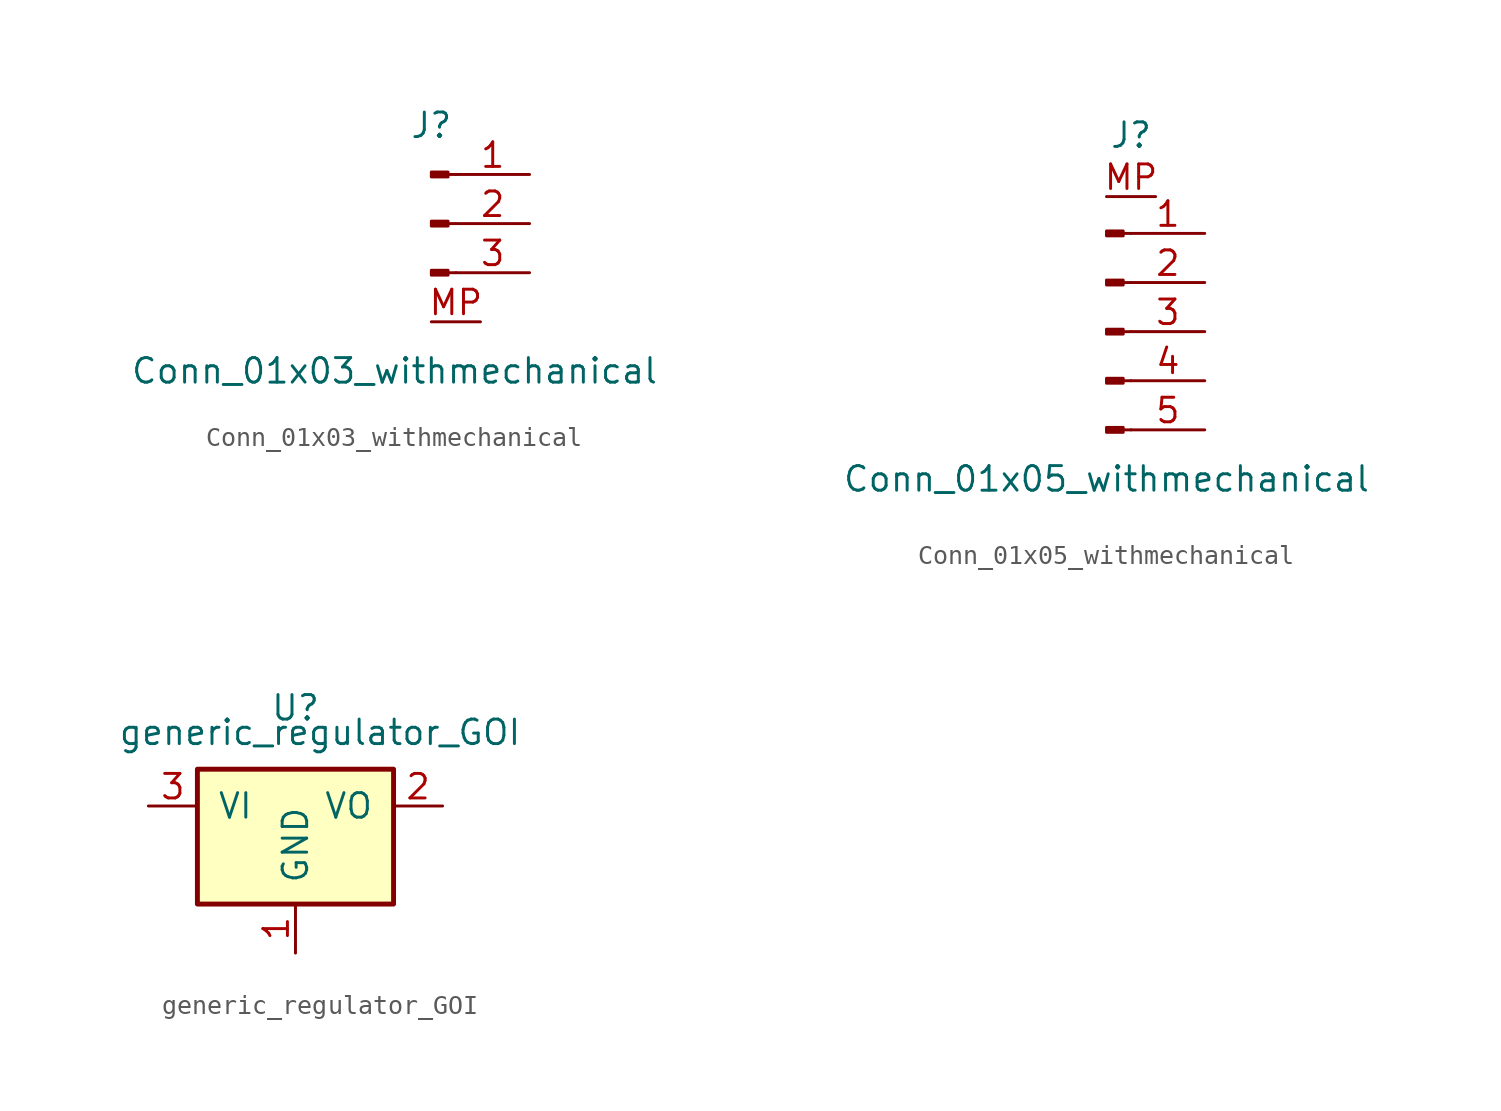
<source format=kicad_sym>
(kicad_symbol_lib
  (version 20211014)
  (generator kicad_symbol_editor)
  (symbol "Conn_01x03_withmechanical"
    (pin_names
      (offset 1.016) hide)
    (property "Reference" "J"
      (at 0 5.08 0)
      (effects (font (size 1.27 1.27))))
    (property "Value" "Conn_01x03_withmechanical"
      (at -1.905 -7.62 0)
      (effects (font (size 1.27 1.27))))
    (symbol "Conn_01x03_withmechanical_1_1"
      (polyline (pts (xy 1.27 -2.54) (xy 0.864 -2.54)) (stroke (width 0.152) (type default) (color 0 0 0 0)) (fill (type none)))
      (polyline (pts (xy 1.27 0) (xy 0.864 0)) (stroke (width 0.152) (type default) (color 0 0 0 0)) (fill (type none)))
      (polyline (pts (xy 1.27 2.54) (xy 0.864 2.54)) (stroke (width 0.152) (type default) (color 0 0 0 0)) (fill (type none)))
      (rectangle (start 0.864 -2.413) (end 0 -2.667) (stroke (width 0.152) (type default) (color 0 0 0 0)) (fill (type outline)))
      (rectangle (start 0.864 0.127) (end 0 -0.127) (stroke (width 0.152) (type default) (color 0 0 0 0)) (fill (type outline)))
      (rectangle (start 0.864 2.667) (end 0 2.413) (stroke (width 0.152) (type default) (color 0 0 0 0)) (fill (type outline)))
      (pin passive line (at 5.08 2.54 180) (length 3.81) (name "Pin_1" (effects (font (size 1.27 1.27)))) (number "1" (effects (font (size 1.27 1.27)))))
      (pin passive line (at 5.08 0 180) (length 3.81) (name "Pin_2" (effects (font (size 1.27 1.27)))) (number "2" (effects (font (size 1.27 1.27)))))
      (pin passive line (at 5.08 -2.54 180) (length 3.81) (name "Pin_3" (effects (font (size 1.27 1.27)))) (number "3" (effects (font (size 1.27 1.27)))))
      (pin passive line (at 2.54 -5.08 180) (length 2.54) (name "MP" (effects (font (size 1.27 1.27)))) (number "MP" (effects (font (size 1.27 1.27)))))))
  (symbol "Conn_01x05_withmechanical"
    (pin_names
      (offset 1.016) hide)
    (property "Reference" "J"
      (at 1.27 10.16 0)
      (effects (font (size 1.27 1.27))))
    (property "Value" "Conn_01x05_withmechanical"
      (at 0 -7.62 0)
      (effects (font (size 1.27 1.27))))
    (symbol "Conn_01x05_withmechanical_1_1"
      (polyline (pts (xy 1.27 -5.08) (xy 0.864 -5.08)) (stroke (width 0.152) (type default) (color 0 0 0 0)) (fill (type none)))
      (polyline (pts (xy 1.27 -2.54) (xy 0.864 -2.54)) (stroke (width 0.152) (type default) (color 0 0 0 0)) (fill (type none)))
      (polyline (pts (xy 1.27 0) (xy 0.864 0)) (stroke (width 0.152) (type default) (color 0 0 0 0)) (fill (type none)))
      (polyline (pts (xy 1.27 2.54) (xy 0.864 2.54)) (stroke (width 0.152) (type default) (color 0 0 0 0)) (fill (type none)))
      (polyline (pts (xy 1.27 5.08) (xy 0.864 5.08)) (stroke (width 0.152) (type default) (color 0 0 0 0)) (fill (type none)))
      (rectangle (start 0.864 -4.953) (end 0 -5.207) (stroke (width 0.152) (type default) (color 0 0 0 0)) (fill (type outline)))
      (rectangle (start 0.864 -2.413) (end 0 -2.667) (stroke (width 0.152) (type default) (color 0 0 0 0)) (fill (type outline)))
      (rectangle (start 0.864 0.127) (end 0 -0.127) (stroke (width 0.152) (type default) (color 0 0 0 0)) (fill (type outline)))
      (rectangle (start 0.864 2.667) (end 0 2.413) (stroke (width 0.152) (type default) (color 0 0 0 0)) (fill (type outline)))
      (rectangle (start 0.864 5.207) (end 0 4.953) (stroke (width 0.152) (type default) (color 0 0 0 0)) (fill (type outline)))
      (pin passive line (at 5.08 5.08 180) (length 3.81) (name "Pin_1" (effects (font (size 1.27 1.27)))) (number "1" (effects (font (size 1.27 1.27)))))
      (pin passive line (at 5.08 2.54 180) (length 3.81) (name "Pin_2" (effects (font (size 1.27 1.27)))) (number "2" (effects (font (size 1.27 1.27)))))
      (pin passive line (at 5.08 0 180) (length 3.81) (name "Pin_3" (effects (font (size 1.27 1.27)))) (number "3" (effects (font (size 1.27 1.27)))))
      (pin passive line (at 5.08 -2.54 180) (length 3.81) (name "Pin_4" (effects (font (size 1.27 1.27)))) (number "4" (effects (font (size 1.27 1.27)))))
      (pin passive line (at 5.08 -5.08 180) (length 3.81) (name "Pin_5" (effects (font (size 1.27 1.27)))) (number "5" (effects (font (size 1.27 1.27)))))
      (pin passive line (at 2.54 6.985 180) (length 2.54) (name "MP" (effects (font (size 1.27 1.27)))) (number "MP" (effects (font (size 1.27 1.27)))))))
  (symbol "generic_regulator_GOI"
    (pin_names
      (offset 1.016))
    (property "Reference" "U"
      (at 0 1.27 0)
      (effects (font (size 1.27 1.27))))
    (property "Value" "generic_regulator_GOI"
      (at 1.27 0 0)
      (effects (font (size 1.27 1.27))))
    (symbol "generic_regulator_GOI_1_1"
      (rectangle (start -5.08 -8.89) (end 5.08 -1.905) (stroke (width 0.254) (type default) (color 0 0 0 0)) (fill (type background)))
      (pin power_in line (at 0 -11.43 90) (length 2.54) (name "GND" (effects (font (size 1.27 1.27)))) (number "1" (effects (font (size 1.27 1.27)))))
      (pin power_out line (at 7.62 -3.81 180) (length 2.54) (name "VO" (effects (font (size 1.27 1.27)))) (number "2" (effects (font (size 1.27 1.27)))))
      (pin power_in line (at -7.62 -3.81 0) (length 2.54) (name "VI" (effects (font (size 1.27 1.27)))) (number "3" (effects (font (size 1.27 1.27))))))))
</source>
